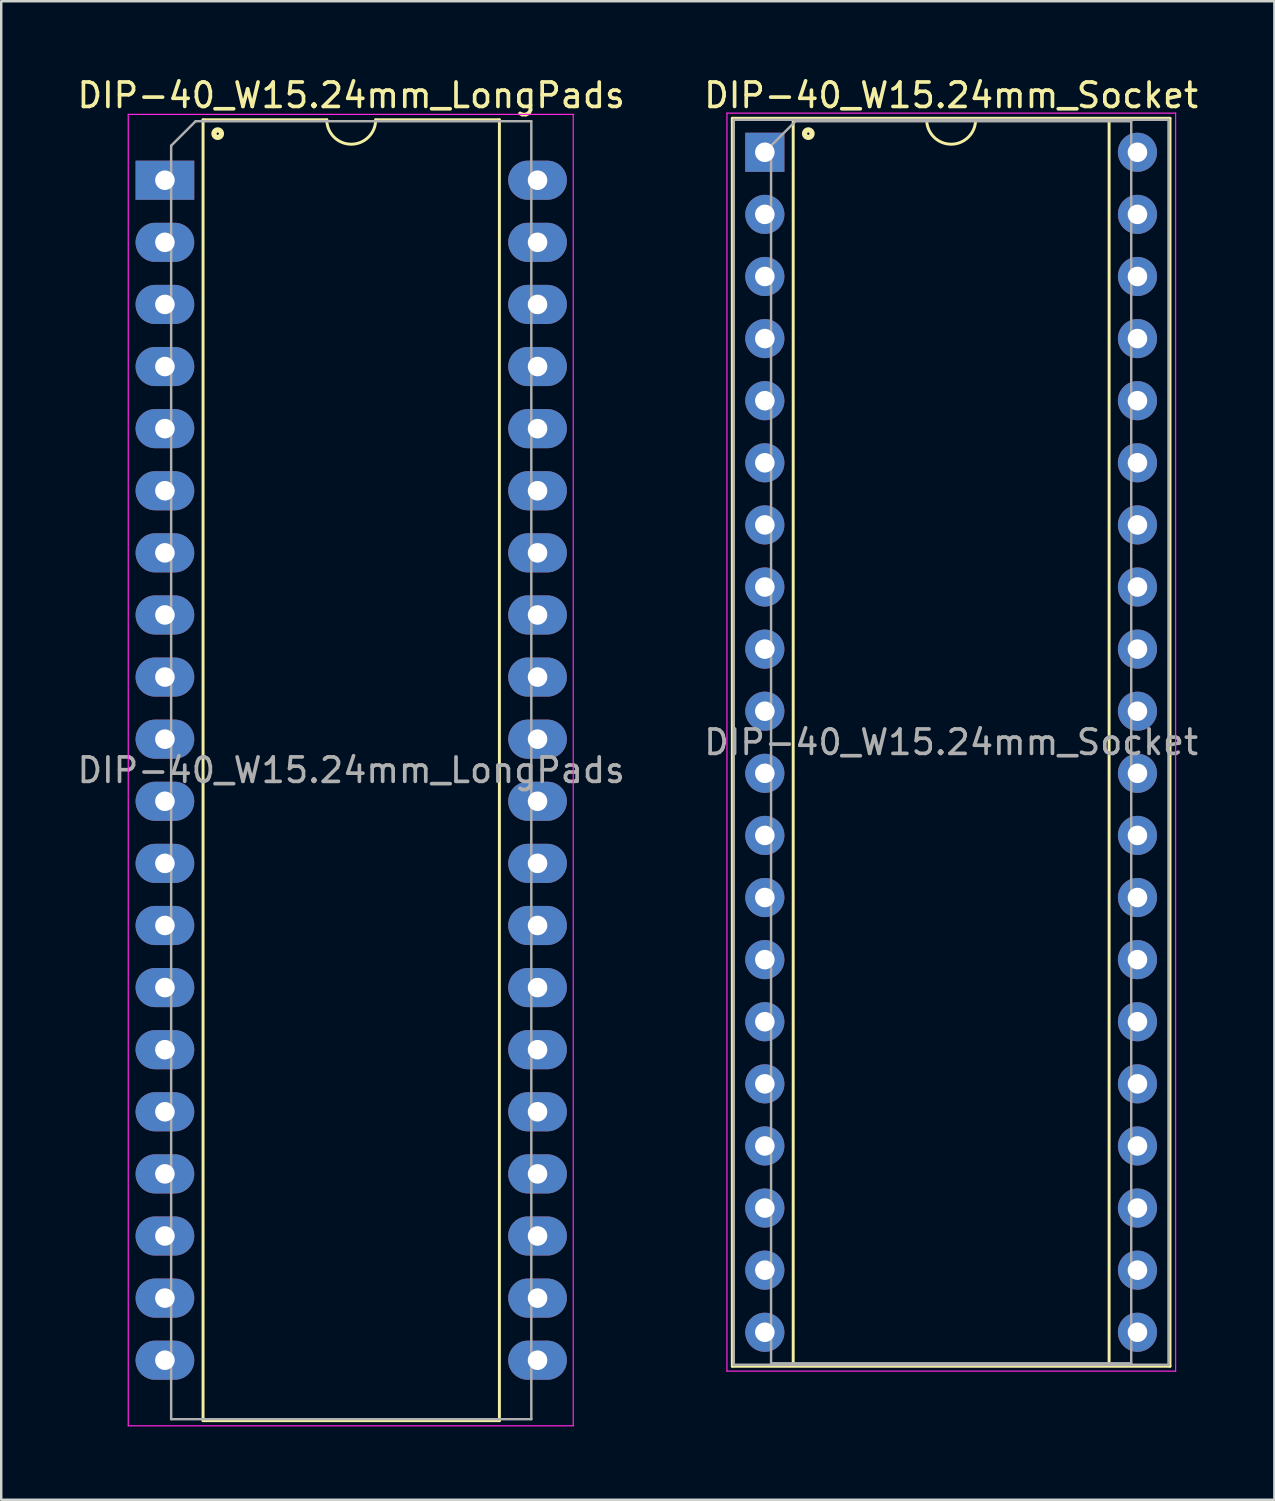
<source format=kicad_pcb>
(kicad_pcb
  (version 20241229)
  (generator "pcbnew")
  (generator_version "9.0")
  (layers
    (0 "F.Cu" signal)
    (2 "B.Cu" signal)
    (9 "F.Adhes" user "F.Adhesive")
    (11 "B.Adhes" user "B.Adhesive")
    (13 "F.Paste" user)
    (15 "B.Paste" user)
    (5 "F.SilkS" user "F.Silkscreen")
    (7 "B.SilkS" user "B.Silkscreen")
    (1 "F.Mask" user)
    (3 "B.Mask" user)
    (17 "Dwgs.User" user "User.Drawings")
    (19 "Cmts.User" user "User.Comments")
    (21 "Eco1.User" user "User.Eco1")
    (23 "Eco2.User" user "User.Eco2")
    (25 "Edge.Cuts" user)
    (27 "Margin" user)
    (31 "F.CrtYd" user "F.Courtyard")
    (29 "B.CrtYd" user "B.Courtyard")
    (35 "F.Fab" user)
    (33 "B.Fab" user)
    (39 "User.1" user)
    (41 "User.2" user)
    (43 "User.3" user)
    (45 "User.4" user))
  (footprint "DIP-40_W15.24mm_Socket"
    (layer "F.Cu")
    (at 28.231 3.178)
    (property "Reference" "DIP-40_W15.24mm_Socket" (at 7.62 -2.33 0) (layer "F.SilkS") (effects (font (size 1 1) (thickness 0.15))))
    (attr through_hole)
    (fp_line (start -1.33 -1.39) (end -1.33 49.65) (stroke (width 0.12) (type solid)) (layer "F.SilkS"))
    (fp_line (start -1.33 49.65) (end 16.57 49.65) (stroke (width 0.12) (type solid)) (layer "F.SilkS"))
    (fp_line (start 1.16 -1.33) (end 1.16 49.59) (stroke (width 0.12) (type solid)) (layer "F.SilkS"))
    (fp_line (start 1.16 49.59) (end 14.08 49.59) (stroke (width 0.12) (type solid)) (layer "F.SilkS"))
    (fp_line (start 6.62 -1.33) (end 1.16 -1.33) (stroke (width 0.12) (type solid)) (layer "F.SilkS"))
    (fp_line (start 14.08 -1.33) (end 8.62 -1.33) (stroke (width 0.12) (type solid)) (layer "F.SilkS"))
    (fp_line (start 14.08 49.59) (end 14.08 -1.33) (stroke (width 0.12) (type solid)) (layer "F.SilkS"))
    (fp_line (start 16.57 -1.39) (end -1.33 -1.39) (stroke (width 0.12) (type solid)) (layer "F.SilkS"))
    (fp_line (start 16.57 49.65) (end 16.57 -1.39) (stroke (width 0.12) (type solid)) (layer "F.SilkS"))
    (fp_arc (start 8.62 -1.33) (mid 7.62 -0.33) (end 6.62 -1.33) (stroke (width 0.12) (type solid)) (layer "F.SilkS"))
    (fp_circle (center 1.778 -0.762) (end 1.828 -0.762) (stroke (width 0.12) (type solid)) (fill no) (layer "F.SilkS"))
    (fp_circle (center 1.778 -0.762) (end 1.903 -0.762) (stroke (width 0.12) (type solid)) (fill no) (layer "F.SilkS"))
    (fp_circle (center 1.778 -0.762) (end 1.978 -0.762) (stroke (width 0.12) (type solid)) (fill no) (layer "F.SilkS"))
    (fp_line (start -1.55 -1.6) (end -1.55 49.85) (stroke (width 0.05) (type solid)) (layer "F.CrtYd"))
    (fp_line (start -1.55 49.85) (end 16.8 49.85) (stroke (width 0.05) (type solid)) (layer "F.CrtYd"))
    (fp_line (start 16.8 -1.6) (end -1.55 -1.6) (stroke (width 0.05) (type solid)) (layer "F.CrtYd"))
    (fp_line (start 16.8 49.85) (end 16.8 -1.6) (stroke (width 0.05) (type solid)) (layer "F.CrtYd"))
    (fp_line (start -1.27 -1.33) (end -1.27 49.59) (stroke (width 0.1) (type solid)) (layer "F.Fab"))
    (fp_line (start -1.27 49.59) (end 16.51 49.59) (stroke (width 0.1) (type solid)) (layer "F.Fab"))
    (fp_line (start 0.255 -0.27) (end 1.255 -1.27) (stroke (width 0.1) (type solid)) (layer "F.Fab"))
    (fp_line (start 0.255 49.53) (end 0.255 -0.27) (stroke (width 0.1) (type solid)) (layer "F.Fab"))
    (fp_line (start 1.255 -1.27) (end 14.985 -1.27) (stroke (width 0.1) (type solid)) (layer "F.Fab"))
    (fp_line (start 14.985 -1.27) (end 14.985 49.53) (stroke (width 0.1) (type solid)) (layer "F.Fab"))
    (fp_line (start 14.985 49.53) (end 0.255 49.53) (stroke (width 0.1) (type solid)) (layer "F.Fab"))
    (fp_line (start 16.51 -1.33) (end -1.27 -1.33) (stroke (width 0.1) (type solid)) (layer "F.Fab"))
    (fp_line (start 16.51 49.59) (end 16.51 -1.33) (stroke (width 0.1) (type solid)) (layer "F.Fab"))
    (fp_text user "${REFERENCE}" (at 7.62 24.13 0) (layer "F.Fab") (effects (font (size 1 1) (thickness 0.15))))
    (pad "1" thru_hole rect (at 0 0) (size 1.6 1.6) (drill 0.8) (layers "*.Cu" "*.Mask"))
    (pad "2" thru_hole oval (at 0 2.54) (size 1.6 1.6) (drill 0.8) (layers "*.Cu" "*.Mask"))
    (pad "3" thru_hole oval (at 0 5.08) (size 1.6 1.6) (drill 0.8) (layers "*.Cu" "*.Mask"))
    (pad "4" thru_hole oval (at 0 7.62) (size 1.6 1.6) (drill 0.8) (layers "*.Cu" "*.Mask"))
    (pad "5" thru_hole oval (at 0 10.16) (size 1.6 1.6) (drill 0.8) (layers "*.Cu" "*.Mask"))
    (pad "6" thru_hole oval (at 0 12.7) (size 1.6 1.6) (drill 0.8) (layers "*.Cu" "*.Mask"))
    (pad "7" thru_hole oval (at 0 15.24) (size 1.6 1.6) (drill 0.8) (layers "*.Cu" "*.Mask"))
    (pad "8" thru_hole oval (at 0 17.78) (size 1.6 1.6) (drill 0.8) (layers "*.Cu" "*.Mask"))
    (pad "9" thru_hole oval (at 0 20.32) (size 1.6 1.6) (drill 0.8) (layers "*.Cu" "*.Mask"))
    (pad "10" thru_hole oval (at 0 22.86) (size 1.6 1.6) (drill 0.8) (layers "*.Cu" "*.Mask"))
    (pad "11" thru_hole oval (at 0 25.4) (size 1.6 1.6) (drill 0.8) (layers "*.Cu" "*.Mask"))
    (pad "12" thru_hole oval (at 0 27.94) (size 1.6 1.6) (drill 0.8) (layers "*.Cu" "*.Mask"))
    (pad "13" thru_hole oval (at 0 30.48) (size 1.6 1.6) (drill 0.8) (layers "*.Cu" "*.Mask"))
    (pad "14" thru_hole oval (at 0 33.02) (size 1.6 1.6) (drill 0.8) (layers "*.Cu" "*.Mask"))
    (pad "15" thru_hole oval (at 0 35.56) (size 1.6 1.6) (drill 0.8) (layers "*.Cu" "*.Mask"))
    (pad "16" thru_hole oval (at 0 38.1) (size 1.6 1.6) (drill 0.8) (layers "*.Cu" "*.Mask"))
    (pad "17" thru_hole oval (at 0 40.64) (size 1.6 1.6) (drill 0.8) (layers "*.Cu" "*.Mask"))
    (pad "18" thru_hole oval (at 0 43.18) (size 1.6 1.6) (drill 0.8) (layers "*.Cu" "*.Mask"))
    (pad "19" thru_hole oval (at 0 45.72) (size 1.6 1.6) (drill 0.8) (layers "*.Cu" "*.Mask"))
    (pad "20" thru_hole oval (at 0 48.26) (size 1.6 1.6) (drill 0.8) (layers "*.Cu" "*.Mask"))
    (pad "21" thru_hole oval (at 15.24 48.26) (size 1.6 1.6) (drill 0.8) (layers "*.Cu" "*.Mask"))
    (pad "22" thru_hole oval (at 15.24 45.72) (size 1.6 1.6) (drill 0.8) (layers "*.Cu" "*.Mask"))
    (pad "23" thru_hole oval (at 15.24 43.18) (size 1.6 1.6) (drill 0.8) (layers "*.Cu" "*.Mask"))
    (pad "24" thru_hole oval (at 15.24 40.64) (size 1.6 1.6) (drill 0.8) (layers "*.Cu" "*.Mask"))
    (pad "25" thru_hole oval (at 15.24 38.1) (size 1.6 1.6) (drill 0.8) (layers "*.Cu" "*.Mask"))
    (pad "26" thru_hole oval (at 15.24 35.56) (size 1.6 1.6) (drill 0.8) (layers "*.Cu" "*.Mask"))
    (pad "27" thru_hole oval (at 15.24 33.02) (size 1.6 1.6) (drill 0.8) (layers "*.Cu" "*.Mask"))
    (pad "28" thru_hole oval (at 15.24 30.48) (size 1.6 1.6) (drill 0.8) (layers "*.Cu" "*.Mask"))
    (pad "29" thru_hole oval (at 15.24 27.94) (size 1.6 1.6) (drill 0.8) (layers "*.Cu" "*.Mask"))
    (pad "30" thru_hole oval (at 15.24 25.4) (size 1.6 1.6) (drill 0.8) (layers "*.Cu" "*.Mask"))
    (pad "31" thru_hole oval (at 15.24 22.86) (size 1.6 1.6) (drill 0.8) (layers "*.Cu" "*.Mask"))
    (pad "32" thru_hole oval (at 15.24 20.32) (size 1.6 1.6) (drill 0.8) (layers "*.Cu" "*.Mask"))
    (pad "33" thru_hole oval (at 15.24 17.78) (size 1.6 1.6) (drill 0.8) (layers "*.Cu" "*.Mask"))
    (pad "34" thru_hole oval (at 15.24 15.24) (size 1.6 1.6) (drill 0.8) (layers "*.Cu" "*.Mask"))
    (pad "35" thru_hole oval (at 15.24 12.7) (size 1.6 1.6) (drill 0.8) (layers "*.Cu" "*.Mask"))
    (pad "36" thru_hole oval (at 15.24 10.16) (size 1.6 1.6) (drill 0.8) (layers "*.Cu" "*.Mask"))
    (pad "37" thru_hole oval (at 15.24 7.62) (size 1.6 1.6) (drill 0.8) (layers "*.Cu" "*.Mask"))
    (pad "38" thru_hole oval (at 15.24 5.08) (size 1.6 1.6) (drill 0.8) (layers "*.Cu" "*.Mask"))
    (pad "39" thru_hole oval (at 15.24 2.54) (size 1.6 1.6) (drill 0.8) (layers "*.Cu" "*.Mask"))
    (pad "40" thru_hole oval (at 15.24 0) (size 1.6 1.6) (drill 0.8) (layers "*.Cu" "*.Mask")))
  (footprint "DIP-40_W15.24mm_LongPads"
    (layer "F.Cu")
    (at 3.695 4.321)
    (property "Reference" "DIP-40_W15.24mm_LongPads" (at 7.62 -3.473 0) (layer "F.SilkS") (effects (font (size 1 1) (thickness 0.15))))
    (attr through_hole)
    (fp_line (start 1.56 -2.473) (end 1.56 50.733) (stroke (width 0.12) (type solid)) (layer "F.SilkS"))
    (fp_line (start 1.56 50.733) (end 13.68 50.733) (stroke (width 0.12) (type solid)) (layer "F.SilkS"))
    (fp_line (start 6.62 -2.473) (end 1.56 -2.473) (stroke (width 0.12) (type solid)) (layer "F.SilkS"))
    (fp_line (start 13.68 -2.473) (end 8.62 -2.473) (stroke (width 0.12) (type solid)) (layer "F.SilkS"))
    (fp_line (start 13.68 50.733) (end 13.68 -2.473) (stroke (width 0.12) (type solid)) (layer "F.SilkS"))
    (fp_arc (start 8.62 -2.473) (mid 7.62 -1.473) (end 6.62 -2.473) (stroke (width 0.12) (type solid)) (layer "F.SilkS"))
    (fp_circle (center 2.159 -1.905) (end 2.209 -1.905) (stroke (width 0.12) (type solid)) (fill no) (layer "F.SilkS"))
    (fp_circle (center 2.159 -1.905) (end 2.284 -1.905) (stroke (width 0.12) (type solid)) (fill no) (layer "F.SilkS"))
    (fp_circle (center 2.159 -1.905) (end 2.359 -1.905) (stroke (width 0.12) (type solid)) (fill no) (layer "F.SilkS"))
    (fp_line (start -1.5 -2.693) (end -1.5 50.943) (stroke (width 0.05) (type solid)) (layer "F.CrtYd"))
    (fp_line (start -1.5 50.943) (end 16.7 50.943) (stroke (width 0.05) (type solid)) (layer "F.CrtYd"))
    (fp_line (start 16.7 -2.693) (end -1.5 -2.693) (stroke (width 0.05) (type solid)) (layer "F.CrtYd"))
    (fp_line (start 16.7 50.943) (end 16.7 -2.693) (stroke (width 0.05) (type solid)) (layer "F.CrtYd"))
    (fp_line (start 0.255 -1.413) (end 1.255 -2.413) (stroke (width 0.1) (type solid)) (layer "F.Fab"))
    (fp_line (start 0.255 50.673) (end 0.255 -1.413) (stroke (width 0.1) (type solid)) (layer "F.Fab"))
    (fp_line (start 1.255 -2.413) (end 14.985 -2.413) (stroke (width 0.1) (type solid)) (layer "F.Fab"))
    (fp_line (start 14.985 -2.413) (end 14.985 50.673) (stroke (width 0.1) (type solid)) (layer "F.Fab"))
    (fp_line (start 14.985 50.673) (end 0.255 50.673) (stroke (width 0.1) (type solid)) (layer "F.Fab"))
    (fp_text user "${REFERENCE}" (at 7.62 24.13 0) (layer "F.Fab") (effects (font (size 1 1) (thickness 0.15))))
    (pad "1" thru_hole rect (at 0 0) (size 2.4 1.6) (drill 0.8) (layers "*.Cu" "*.Mask"))
    (pad "2" thru_hole oval (at 0 2.54) (size 2.4 1.6) (drill 0.8) (layers "*.Cu" "*.Mask"))
    (pad "3" thru_hole oval (at 0 5.08) (size 2.4 1.6) (drill 0.8) (layers "*.Cu" "*.Mask"))
    (pad "4" thru_hole oval (at 0 7.62) (size 2.4 1.6) (drill 0.8) (layers "*.Cu" "*.Mask"))
    (pad "5" thru_hole oval (at 0 10.16) (size 2.4 1.6) (drill 0.8) (layers "*.Cu" "*.Mask"))
    (pad "6" thru_hole oval (at 0 12.7) (size 2.4 1.6) (drill 0.8) (layers "*.Cu" "*.Mask"))
    (pad "7" thru_hole oval (at 0 15.24) (size 2.4 1.6) (drill 0.8) (layers "*.Cu" "*.Mask"))
    (pad "8" thru_hole oval (at 0 17.78) (size 2.4 1.6) (drill 0.8) (layers "*.Cu" "*.Mask"))
    (pad "9" thru_hole oval (at 0 20.32) (size 2.4 1.6) (drill 0.8) (layers "*.Cu" "*.Mask"))
    (pad "10" thru_hole oval (at 0 22.86) (size 2.4 1.6) (drill 0.8) (layers "*.Cu" "*.Mask"))
    (pad "11" thru_hole oval (at 0 25.4) (size 2.4 1.6) (drill 0.8) (layers "*.Cu" "*.Mask"))
    (pad "12" thru_hole oval (at 0 27.94) (size 2.4 1.6) (drill 0.8) (layers "*.Cu" "*.Mask"))
    (pad "13" thru_hole oval (at 0 30.48) (size 2.4 1.6) (drill 0.8) (layers "*.Cu" "*.Mask"))
    (pad "14" thru_hole oval (at 0 33.02) (size 2.4 1.6) (drill 0.8) (layers "*.Cu" "*.Mask"))
    (pad "15" thru_hole oval (at 0 35.56) (size 2.4 1.6) (drill 0.8) (layers "*.Cu" "*.Mask"))
    (pad "16" thru_hole oval (at 0 38.1) (size 2.4 1.6) (drill 0.8) (layers "*.Cu" "*.Mask"))
    (pad "17" thru_hole oval (at 0 40.64) (size 2.4 1.6) (drill 0.8) (layers "*.Cu" "*.Mask"))
    (pad "18" thru_hole oval (at 0 43.18) (size 2.4 1.6) (drill 0.8) (layers "*.Cu" "*.Mask"))
    (pad "19" thru_hole oval (at 0 45.72) (size 2.4 1.6) (drill 0.8) (layers "*.Cu" "*.Mask"))
    (pad "20" thru_hole oval (at 0 48.26) (size 2.4 1.6) (drill 0.8) (layers "*.Cu" "*.Mask"))
    (pad "21" thru_hole oval (at 15.24 48.26) (size 2.4 1.6) (drill 0.8) (layers "*.Cu" "*.Mask"))
    (pad "22" thru_hole oval (at 15.24 45.72) (size 2.4 1.6) (drill 0.8) (layers "*.Cu" "*.Mask"))
    (pad "23" thru_hole oval (at 15.24 43.18) (size 2.4 1.6) (drill 0.8) (layers "*.Cu" "*.Mask"))
    (pad "24" thru_hole oval (at 15.24 40.64) (size 2.4 1.6) (drill 0.8) (layers "*.Cu" "*.Mask"))
    (pad "25" thru_hole oval (at 15.24 38.1) (size 2.4 1.6) (drill 0.8) (layers "*.Cu" "*.Mask"))
    (pad "26" thru_hole oval (at 15.24 35.56) (size 2.4 1.6) (drill 0.8) (layers "*.Cu" "*.Mask"))
    (pad "27" thru_hole oval (at 15.24 33.02) (size 2.4 1.6) (drill 0.8) (layers "*.Cu" "*.Mask"))
    (pad "28" thru_hole oval (at 15.24 30.48) (size 2.4 1.6) (drill 0.8) (layers "*.Cu" "*.Mask"))
    (pad "29" thru_hole oval (at 15.24 27.94) (size 2.4 1.6) (drill 0.8) (layers "*.Cu" "*.Mask"))
    (pad "30" thru_hole oval (at 15.24 25.4) (size 2.4 1.6) (drill 0.8) (layers "*.Cu" "*.Mask"))
    (pad "31" thru_hole oval (at 15.24 22.86) (size 2.4 1.6) (drill 0.8) (layers "*.Cu" "*.Mask"))
    (pad "32" thru_hole oval (at 15.24 20.32) (size 2.4 1.6) (drill 0.8) (layers "*.Cu" "*.Mask"))
    (pad "33" thru_hole oval (at 15.24 17.78) (size 2.4 1.6) (drill 0.8) (layers "*.Cu" "*.Mask"))
    (pad "34" thru_hole oval (at 15.24 15.24) (size 2.4 1.6) (drill 0.8) (layers "*.Cu" "*.Mask"))
    (pad "35" thru_hole oval (at 15.24 12.7) (size 2.4 1.6) (drill 0.8) (layers "*.Cu" "*.Mask"))
    (pad "36" thru_hole oval (at 15.24 10.16) (size 2.4 1.6) (drill 0.8) (layers "*.Cu" "*.Mask"))
    (pad "37" thru_hole oval (at 15.24 7.62) (size 2.4 1.6) (drill 0.8) (layers "*.Cu" "*.Mask"))
    (pad "38" thru_hole oval (at 15.24 5.08) (size 2.4 1.6) (drill 0.8) (layers "*.Cu" "*.Mask"))
    (pad "39" thru_hole oval (at 15.24 2.54) (size 2.4 1.6) (drill 0.8) (layers "*.Cu" "*.Mask"))
    (pad "40" thru_hole oval (at 15.24 0) (size 2.4 1.6) (drill 0.8) (layers "*.Cu" "*.Mask")))
  (gr_rect
    (start -3 -3)
    (end 49.071 58.289)
    (stroke (width 0.1) (type default))
    (fill no)
    (layer "Edge.Cuts")))
</source>
